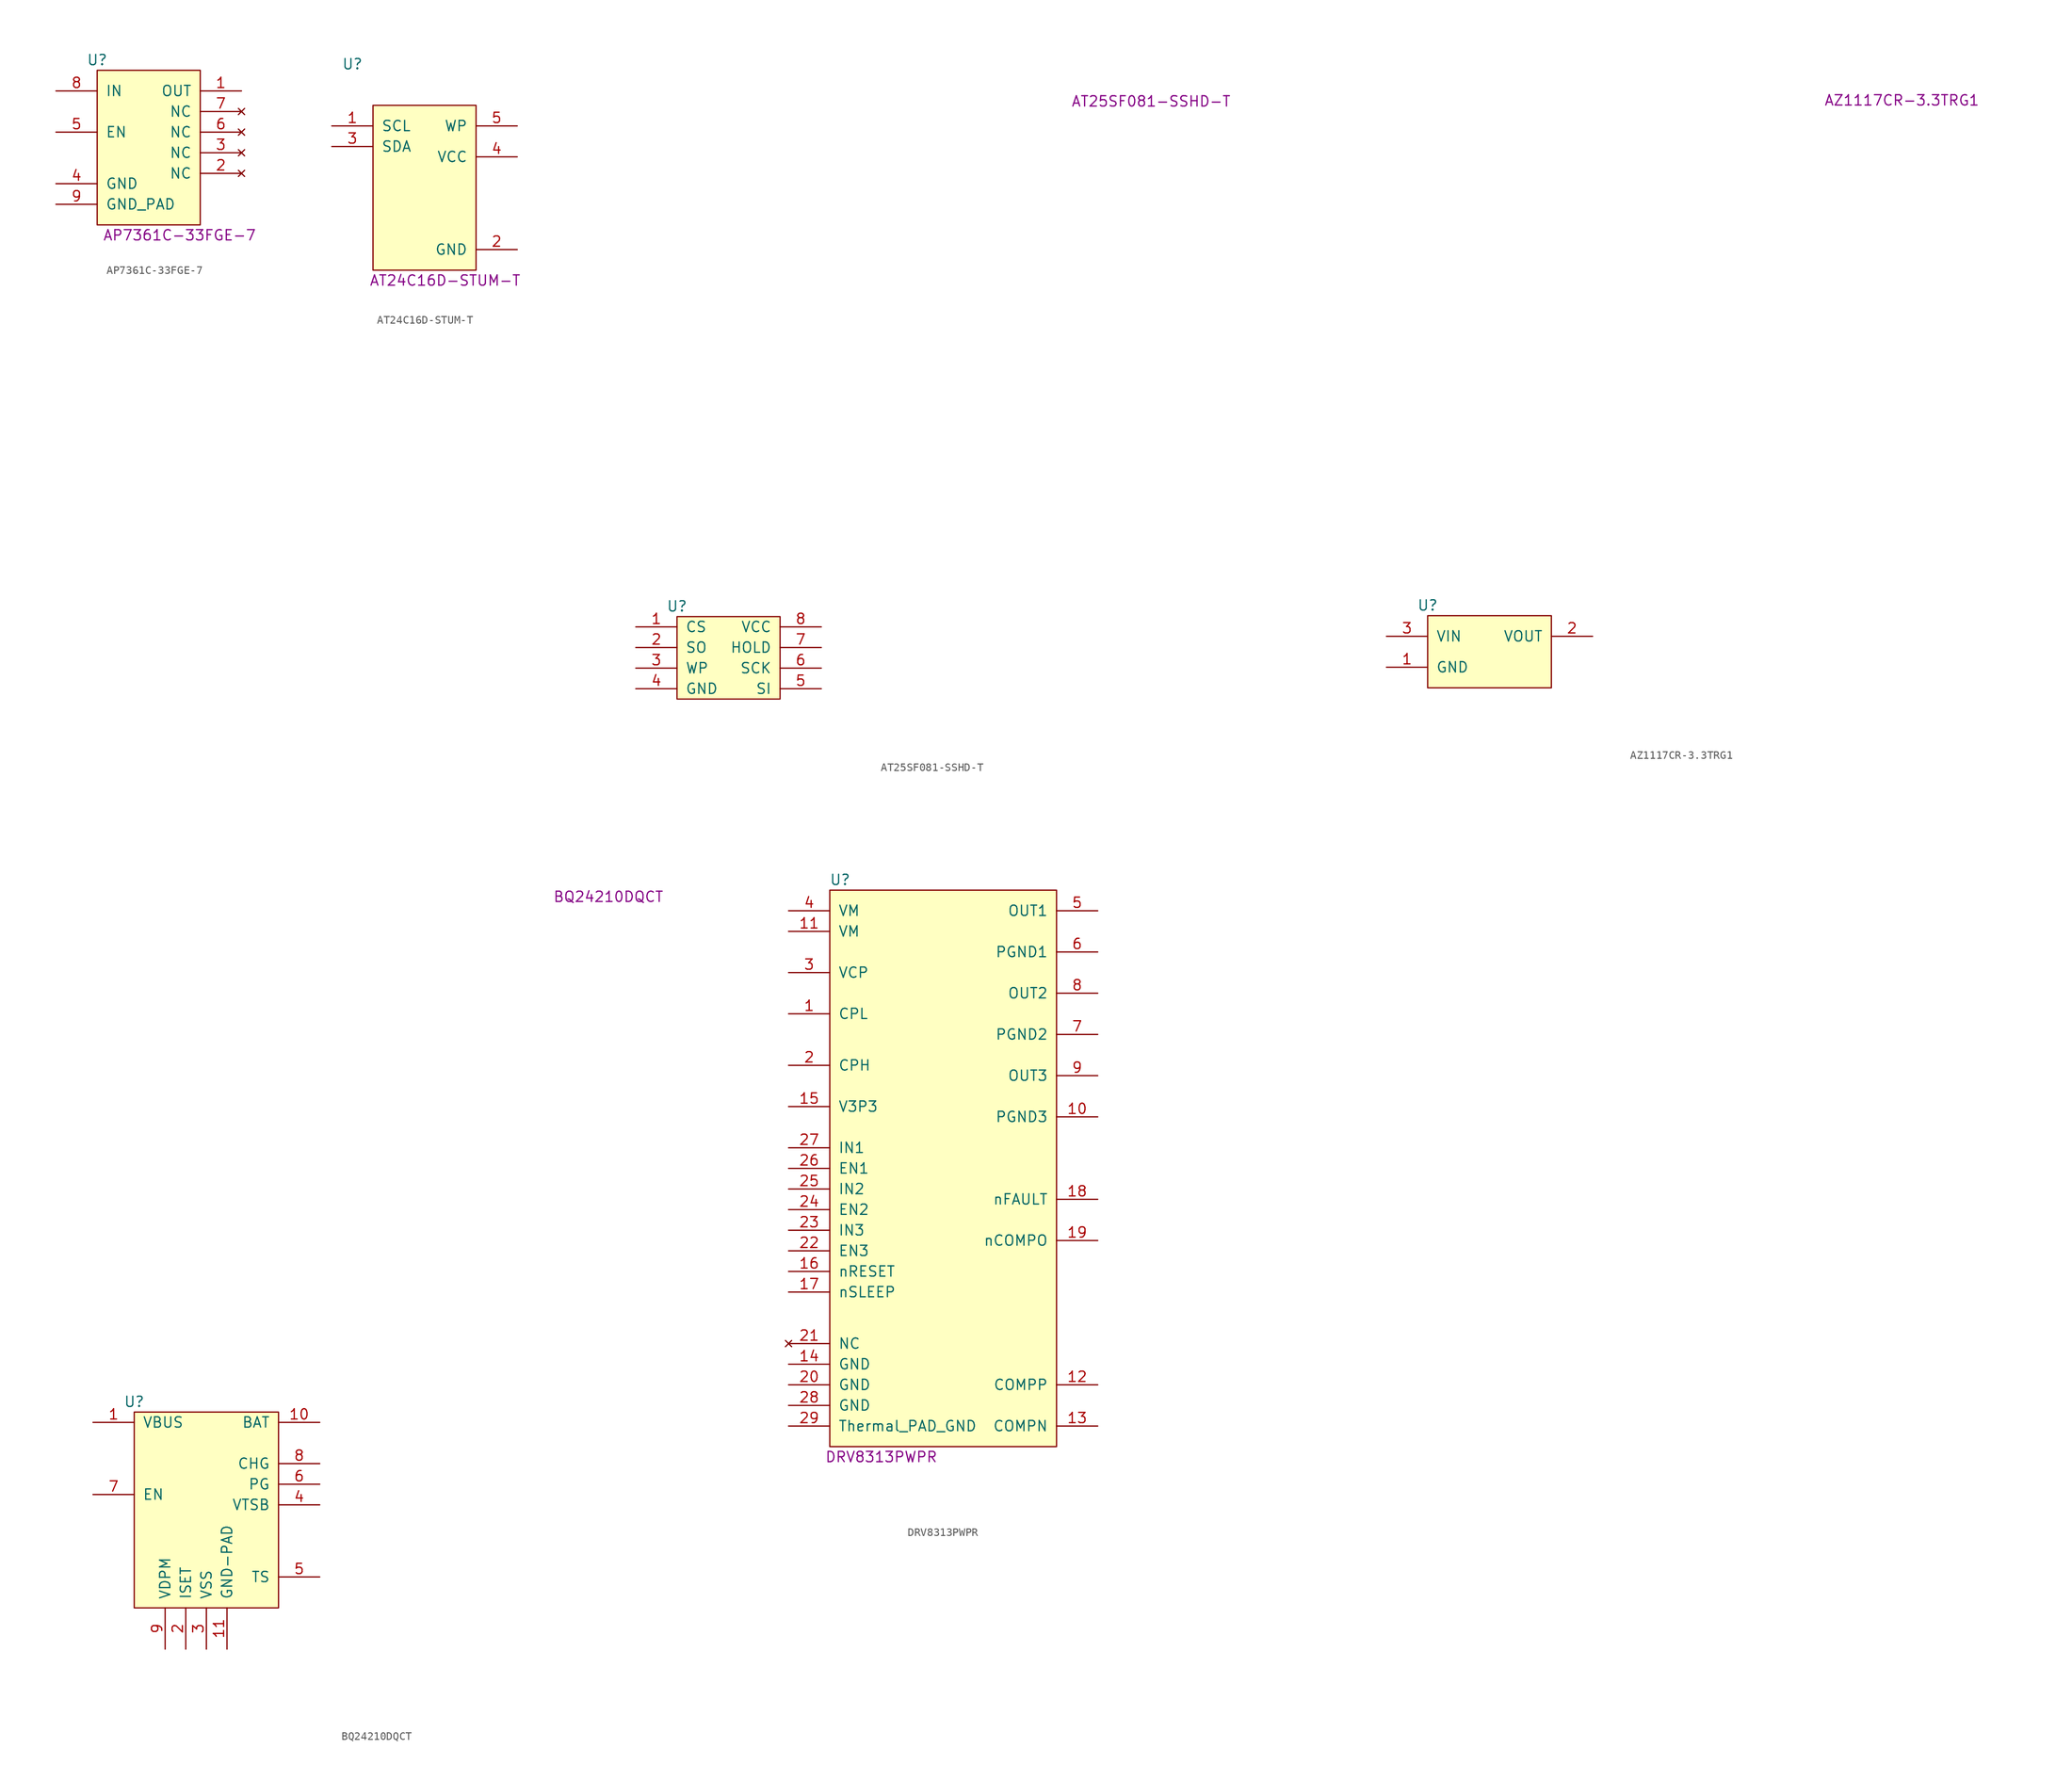
<source format=kicad_sym>
(kicad_symbol_lib
  (version 20220914)
  (generator kicad_symbol_editor)
  (symbol "AP7361C-33FGE-7"
    (pin_names
      (offset 1.016))
    (property "Reference" "U"
      (at 0 1.27 0)
      (effects (font (size 1.27 1.27))))
    (property "_Value_" "AP7361C-33FGE-7"
      (at 10.16 -20.32 0)
      (effects (font (size 1.27 1.27))))
    (symbol "AP7361C-33FGE-7_0_1"
      (rectangle (start 0 0) (end 12.7 -19.05) (stroke (width 0) (type default)) (fill (type background))))
    (symbol "AP7361C-33FGE-7_1_1"
      (pin power_out line (at 17.78 -2.54 180) (length 5.08) (name "OUT" (effects (font (size 1.27 1.27)))) (number "1" (effects (font (size 1.27 1.27)))))
      (pin no_connect line (at 17.78 -12.7 180) (length 5.08) (name "NC" (effects (font (size 1.27 1.27)))) (number "2" (effects (font (size 1.27 1.27)))))
      (pin no_connect line (at 17.78 -10.16 180) (length 5.08) (name "NC" (effects (font (size 1.27 1.27)))) (number "3" (effects (font (size 1.27 1.27)))))
      (pin passive line (at -5.08 -13.97 0) (length 5.08) (name "GND" (effects (font (size 1.27 1.27)))) (number "4" (effects (font (size 1.27 1.27)))))
      (pin input line (at -5.08 -7.62 0) (length 5.08) (name "EN" (effects (font (size 1.27 1.27)))) (number "5" (effects (font (size 1.27 1.27)))))
      (pin no_connect line (at 17.78 -7.62 180) (length 5.08) (name "NC" (effects (font (size 1.27 1.27)))) (number "6" (effects (font (size 1.27 1.27)))))
      (pin no_connect line (at 17.78 -5.08 180) (length 5.08) (name "NC" (effects (font (size 1.27 1.27)))) (number "7" (effects (font (size 1.27 1.27)))))
      (pin power_in line (at -5.08 -2.54 0) (length 5.08) (name "IN" (effects (font (size 1.27 1.27)))) (number "8" (effects (font (size 1.27 1.27)))))
      (pin power_in line (at -5.08 -16.51 0) (length 5.08) (name "GND_PAD" (effects (font (size 1.27 1.27)))) (number "9" (effects (font (size 1.27 1.27)))))))
  (symbol "AT24C16D-STUM-T"
    (pin_names
      (offset 1.016))
    (property "Reference" "U"
      (at -2.54 0 0)
      (effects (font (size 1.27 1.27))))
    (property "_Value_" "AT24C16D-STUM-T"
      (at 8.89 -26.67 0)
      (effects (font (size 1.27 1.27))))
    (symbol "AT24C16D-STUM-T_0_1"
      (rectangle (start 0 -5.08) (end 12.7 -25.4) (stroke (width 0) (type default)) (fill (type background))))
    (symbol "AT24C16D-STUM-T_1_1"
      (pin input line (at -5.08 -7.62 0) (length 5.08) (name "SCL" (effects (font (size 1.27 1.27)))) (number "1" (effects (font (size 1.27 1.27)))))
      (pin passive line (at 17.78 -22.86 180) (length 5.08) (name "GND" (effects (font (size 1.27 1.27)))) (number "2" (effects (font (size 1.27 1.27)))))
      (pin bidirectional line (at -5.08 -10.16 0) (length 5.08) (name "SDA" (effects (font (size 1.27 1.27)))) (number "3" (effects (font (size 1.27 1.27)))))
      (pin power_in line (at 17.78 -11.43 180) (length 5.08) (name "VCC" (effects (font (size 1.27 1.27)))) (number "4" (effects (font (size 1.27 1.27)))))
      (pin input line (at 17.78 -7.62 180) (length 5.08) (name "WP" (effects (font (size 1.27 1.27)))) (number "5" (effects (font (size 1.27 1.27)))))))
  (symbol "AT25SF081-SSHD-T"
    (pin_names
      (offset 1.016))
    (property "Reference" "U"
      (at 0 1.27 0)
      (effects (font (size 1.27 1.27))))
    (property "_Value_" "AT25SF081-SSHD-T"
      (at 58.42 63.5 0)
      (effects (font (size 1.27 1.27))))
    (symbol "AT25SF081-SSHD-T_0_1"
      (rectangle (start 0 0) (end 12.7 -10.16) (stroke (width 0) (type default)) (fill (type background))))
    (symbol "AT25SF081-SSHD-T_1_1"
      (pin input line (at -5.08 -1.27 0) (length 5.08) (name "CS" (effects (font (size 1.27 1.27)))) (number "1" (effects (font (size 1.27 1.27)))))
      (pin output line (at -5.08 -3.81 0) (length 5.08) (name "SO" (effects (font (size 1.27 1.27)))) (number "2" (effects (font (size 1.27 1.27)))))
      (pin input line (at -5.08 -6.35 0) (length 5.08) (name "WP" (effects (font (size 1.27 1.27)))) (number "3" (effects (font (size 1.27 1.27)))))
      (pin passive line (at -5.08 -8.89 0) (length 5.08) (name "GND" (effects (font (size 1.27 1.27)))) (number "4" (effects (font (size 1.27 1.27)))))
      (pin input line (at 17.78 -8.89 180) (length 5.08) (name "SI" (effects (font (size 1.27 1.27)))) (number "5" (effects (font (size 1.27 1.27)))))
      (pin input line (at 17.78 -6.35 180) (length 5.08) (name "SCK" (effects (font (size 1.27 1.27)))) (number "6" (effects (font (size 1.27 1.27)))))
      (pin input line (at 17.78 -3.81 180) (length 5.08) (name "HOLD" (effects (font (size 1.27 1.27)))) (number "7" (effects (font (size 1.27 1.27)))))
      (pin power_in line (at 17.78 -1.27 180) (length 5.08) (name "VCC" (effects (font (size 1.27 1.27)))) (number "8" (effects (font (size 1.27 1.27)))))))
  (symbol "AZ1117CR-3.3TRG1"
    (pin_names
      (offset 1.016))
    (property "Reference" "U"
      (at 0 1.27 0)
      (effects (font (size 1.27 1.27))))
    (property "_Value_" "AZ1117CR-3.3TRG1"
      (at 58.42 63.5 0)
      (effects (font (size 1.27 1.27))))
    (symbol "AZ1117CR-3.3TRG1_1_1"
      (rectangle (start 0 0) (end 15.24 -8.89) (stroke (width 0) (type default)) (fill (type background)))
      (pin passive line (at -5.08 -6.35 0) (length 5.08) (name "GND" (effects (font (size 1.27 1.27)))) (number "1" (effects (font (size 1.27 1.27)))))
      (pin power_out line (at 20.32 -2.54 180) (length 5.08) (name "VOUT" (effects (font (size 1.27 1.27)))) (number "2" (effects (font (size 1.27 1.27)))))
      (pin power_in line (at -5.08 -2.54 0) (length 5.08) (name "VIN" (effects (font (size 1.27 1.27)))) (number "3" (effects (font (size 1.27 1.27)))))))
  (symbol "BQ24210DQCT"
    (pin_names
      (offset 1.016))
    (property "Reference" "U"
      (at 0 1.27 0)
      (effects (font (size 1.27 1.27))))
    (property "_Value_" "BQ24210DQCT"
      (at 58.42 63.5 0)
      (effects (font (size 1.27 1.27))))
    (symbol "BQ24210DQCT_1_1"
      (rectangle (start 0 0) (end 17.78 -24.13) (stroke (width 0) (type default)) (fill (type background)))
      (pin input line (at -5.08 -1.27 0) (length 5.08) (name "VBUS" (effects (font (size 1.27 1.27)))) (number "1" (effects (font (size 1.27 1.27)))))
      (pin input line (at 22.86 -1.27 180) (length 5.08) (name "BAT" (effects (font (size 1.27 1.27)))) (number "10" (effects (font (size 1.27 1.27)))))
      (pin input line (at 11.43 -29.21 90) (length 5.08) (name "GND-PAD" (effects (font (size 1.27 1.27)))) (number "11" (effects (font (size 1.27 1.27)))))
      (pin input line (at 6.35 -29.21 90) (length 5.08) (name "ISET" (effects (font (size 1.27 1.27)))) (number "2" (effects (font (size 1.27 1.27)))))
      (pin input line (at 8.89 -29.21 90) (length 5.08) (name "VSS" (effects (font (size 1.27 1.27)))) (number "3" (effects (font (size 1.27 1.27)))))
      (pin input line (at 22.86 -11.43 180) (length 5.08) (name "VTSB" (effects (font (size 1.27 1.27)))) (number "4" (effects (font (size 1.27 1.27)))))
      (pin input line (at 22.86 -20.32 180) (length 5.08) (name "TS" (effects (font (size 1.27 1.27)))) (number "5" (effects (font (size 1.27 1.27)))))
      (pin input line (at 22.86 -8.89 180) (length 5.08) (name "PG" (effects (font (size 1.27 1.27)))) (number "6" (effects (font (size 1.27 1.27)))))
      (pin input line (at -5.08 -10.16 0) (length 5.08) (name "EN" (effects (font (size 1.27 1.27)))) (number "7" (effects (font (size 1.27 1.27)))))
      (pin input line (at 22.86 -6.35 180) (length 5.08) (name "CHG" (effects (font (size 1.27 1.27)))) (number "8" (effects (font (size 1.27 1.27)))))
      (pin input line (at 3.81 -29.21 90) (length 5.08) (name "VDPM" (effects (font (size 1.27 1.27)))) (number "9" (effects (font (size 1.27 1.27)))))))
  (symbol "DRV8313PWPR"
    (pin_names
      (offset 1.016))
    (property "Reference" "U"
      (at -12.7 35.56 0)
      (effects (font (size 1.27 1.27))))
    (property "_Value_" "DRV8313PWPR"
      (at -7.62 -35.56 0)
      (effects (font (size 1.27 1.27))))
    (symbol "DRV8313PWPR_0_1"
      (rectangle (start -13.97 34.29) (end 13.97 -34.29) (stroke (width 0) (type default)) (fill (type background))))
    (symbol "DRV8313PWPR_1_1"
      (pin input line (at -19.05 19.05 0) (length 5.08) (name "CPL" (effects (font (size 1.27 1.27)))) (number "1" (effects (font (size 1.27 1.27)))))
      (pin power_out line (at 19.05 6.35 180) (length 5.08) (name "PGND3" (effects (font (size 1.27 1.27)))) (number "10" (effects (font (size 1.27 1.27)))))
      (pin power_in line (at -19.05 29.21 0) (length 5.08) (name "VM" (effects (font (size 1.27 1.27)))) (number "11" (effects (font (size 1.27 1.27)))))
      (pin input line (at 19.05 -26.67 180) (length 5.08) (name "COMPP" (effects (font (size 1.27 1.27)))) (number "12" (effects (font (size 1.27 1.27)))))
      (pin input line (at 19.05 -31.75 180) (length 5.08) (name "COMPN" (effects (font (size 1.27 1.27)))) (number "13" (effects (font (size 1.27 1.27)))))
      (pin power_out line (at -19.05 -24.13 0) (length 5.08) (name "GND" (effects (font (size 1.27 1.27)))) (number "14" (effects (font (size 1.27 1.27)))))
      (pin power_out line (at -19.05 7.62 0) (length 5.08) (name "V3P3" (effects (font (size 1.27 1.27)))) (number "15" (effects (font (size 1.27 1.27)))))
      (pin input line (at -19.05 -12.7 0) (length 5.08) (name "nRESET" (effects (font (size 1.27 1.27)))) (number "16" (effects (font (size 1.27 1.27)))))
      (pin input line (at -19.05 -15.24 0) (length 5.08) (name "nSLEEP" (effects (font (size 1.27 1.27)))) (number "17" (effects (font (size 1.27 1.27)))))
      (pin open_emitter line (at 19.05 -3.81 180) (length 5.08) (name "nFAULT" (effects (font (size 1.27 1.27)))) (number "18" (effects (font (size 1.27 1.27)))))
      (pin open_emitter line (at 19.05 -8.89 180) (length 5.08) (name "nCOMPO" (effects (font (size 1.27 1.27)))) (number "19" (effects (font (size 1.27 1.27)))))
      (pin input line (at -19.05 12.7 0) (length 5.08) (name "CPH" (effects (font (size 1.27 1.27)))) (number "2" (effects (font (size 1.27 1.27)))))
      (pin power_out line (at -19.05 -26.67 0) (length 5.08) (name "GND" (effects (font (size 1.27 1.27)))) (number "20" (effects (font (size 1.27 1.27)))))
      (pin no_connect line (at -19.05 -21.59 0) (length 5.08) (name "NC" (effects (font (size 1.27 1.27)))) (number "21" (effects (font (size 1.27 1.27)))))
      (pin input line (at -19.05 -10.16 0) (length 5.08) (name "EN3" (effects (font (size 1.27 1.27)))) (number "22" (effects (font (size 1.27 1.27)))))
      (pin input line (at -19.05 -7.62 0) (length 5.08) (name "IN3" (effects (font (size 1.27 1.27)))) (number "23" (effects (font (size 1.27 1.27)))))
      (pin input line (at -19.05 -5.08 0) (length 5.08) (name "EN2" (effects (font (size 1.27 1.27)))) (number "24" (effects (font (size 1.27 1.27)))))
      (pin input line (at -19.05 -2.54 0) (length 5.08) (name "IN2" (effects (font (size 1.27 1.27)))) (number "25" (effects (font (size 1.27 1.27)))))
      (pin input line (at -19.05 0 0) (length 5.08) (name "EN1" (effects (font (size 1.27 1.27)))) (number "26" (effects (font (size 1.27 1.27)))))
      (pin input line (at -19.05 2.54 0) (length 5.08) (name "IN1" (effects (font (size 1.27 1.27)))) (number "27" (effects (font (size 1.27 1.27)))))
      (pin power_out line (at -19.05 -29.21 0) (length 5.08) (name "GND" (effects (font (size 1.27 1.27)))) (number "28" (effects (font (size 1.27 1.27)))))
      (pin power_out line (at -19.05 -31.75 0) (length 5.08) (name "Thermal_PAD_GND" (effects (font (size 1.27 1.27)))) (number "29" (effects (font (size 1.27 1.27)))))
      (pin power_in line (at -19.05 24.13 0) (length 5.08) (name "VCP" (effects (font (size 1.27 1.27)))) (number "3" (effects (font (size 1.27 1.27)))))
      (pin power_in line (at -19.05 31.75 0) (length 5.08) (name "VM" (effects (font (size 1.27 1.27)))) (number "4" (effects (font (size 1.27 1.27)))))
      (pin output line (at 19.05 31.75 180) (length 5.08) (name "OUT1" (effects (font (size 1.27 1.27)))) (number "5" (effects (font (size 1.27 1.27)))))
      (pin power_out line (at 19.05 26.67 180) (length 5.08) (name "PGND1" (effects (font (size 1.27 1.27)))) (number "6" (effects (font (size 1.27 1.27)))))
      (pin power_out line (at 19.05 16.51 180) (length 5.08) (name "PGND2" (effects (font (size 1.27 1.27)))) (number "7" (effects (font (size 1.27 1.27)))))
      (pin output line (at 19.05 21.59 180) (length 5.08) (name "OUT2" (effects (font (size 1.27 1.27)))) (number "8" (effects (font (size 1.27 1.27)))))
      (pin output line (at 19.05 11.43 180) (length 5.08) (name "OUT3" (effects (font (size 1.27 1.27)))) (number "9" (effects (font (size 1.27 1.27))))))))
</source>
